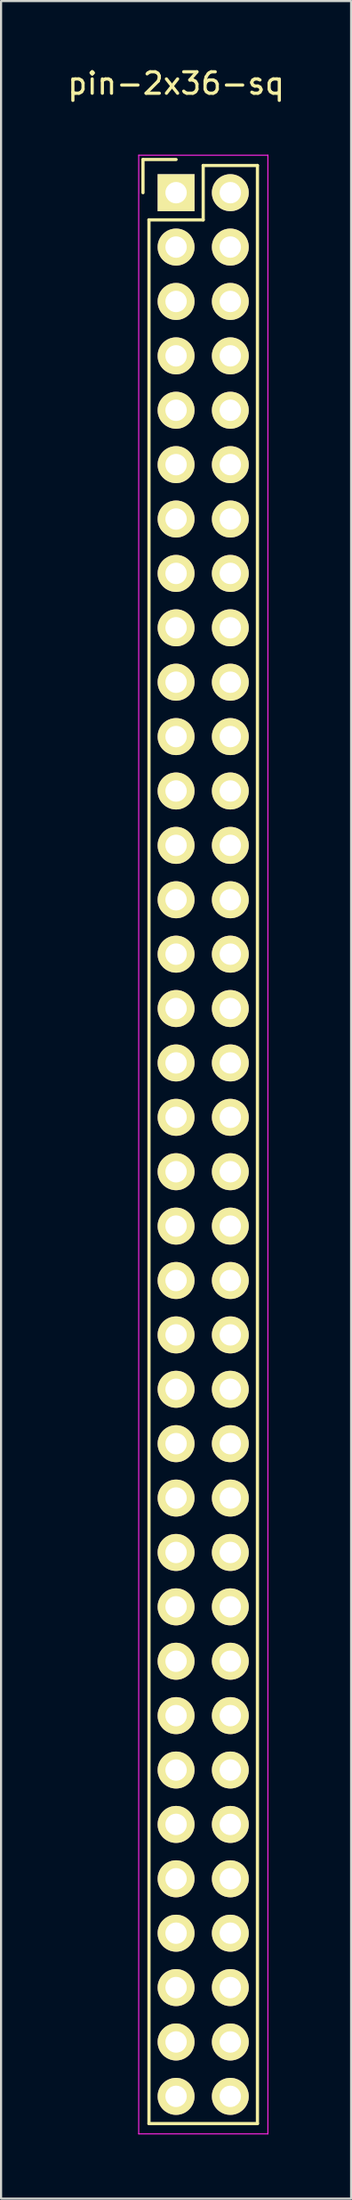
<source format=kicad_pcb>
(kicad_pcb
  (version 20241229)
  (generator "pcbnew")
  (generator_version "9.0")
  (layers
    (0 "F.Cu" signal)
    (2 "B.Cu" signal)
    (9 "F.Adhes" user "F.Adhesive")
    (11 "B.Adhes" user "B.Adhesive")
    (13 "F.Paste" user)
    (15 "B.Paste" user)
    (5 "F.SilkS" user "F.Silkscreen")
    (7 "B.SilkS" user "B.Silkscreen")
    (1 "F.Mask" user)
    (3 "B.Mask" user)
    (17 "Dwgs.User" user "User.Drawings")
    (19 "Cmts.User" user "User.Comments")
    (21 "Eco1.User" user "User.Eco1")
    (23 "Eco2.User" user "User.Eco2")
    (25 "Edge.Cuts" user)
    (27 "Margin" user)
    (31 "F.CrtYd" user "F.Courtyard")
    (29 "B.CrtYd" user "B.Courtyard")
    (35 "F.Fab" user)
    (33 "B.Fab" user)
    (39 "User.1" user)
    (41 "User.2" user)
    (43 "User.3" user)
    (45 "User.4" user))
  (footprint "pin-2x36-sq"
    (layer "F.Cu")
    (at 5.196 5.948)
    (property "Reference" "pin-2x36-sq" (at 0 -5.1 0) (layer "F.SilkS") (effects (font (size 1 1) (thickness 0.15))))
    (attr through_hole)
    (fp_line (start -1.55 -1.55) (end -1.55 0) (stroke (width 0.15) (type solid)) (layer "F.SilkS"))
    (fp_line (start -1.27 1.27) (end -1.27 90.17) (stroke (width 0.15) (type solid)) (layer "F.SilkS"))
    (fp_line (start 0 -1.55) (end -1.55 -1.55) (stroke (width 0.15) (type solid)) (layer "F.SilkS"))
    (fp_line (start 1.27 -1.27) (end 1.27 1.27) (stroke (width 0.15) (type solid)) (layer "F.SilkS"))
    (fp_line (start 1.27 1.27) (end -1.27 1.27) (stroke (width 0.15) (type solid)) (layer "F.SilkS"))
    (fp_line (start 3.81 -1.27) (end 1.27 -1.27) (stroke (width 0.15) (type solid)) (layer "F.SilkS"))
    (fp_line (start 3.81 90.17) (end -1.27 90.17) (stroke (width 0.15) (type solid)) (layer "F.SilkS"))
    (fp_line (start 3.81 90.17) (end 3.81 -1.27) (stroke (width 0.15) (type solid)) (layer "F.SilkS"))
    (fp_line (start -1.75 -1.75) (end -1.75 90.65) (stroke (width 0.05) (type solid)) (layer "F.CrtYd"))
    (fp_line (start -1.75 -1.75) (end 4.3 -1.75) (stroke (width 0.05) (type solid)) (layer "F.CrtYd"))
    (fp_line (start -1.75 90.65) (end 4.3 90.65) (stroke (width 0.05) (type solid)) (layer "F.CrtYd"))
    (fp_line (start 4.3 -1.75) (end 4.3 90.65) (stroke (width 0.05) (type solid)) (layer "F.CrtYd"))
    (pad "1" thru_hole rect (at 0 0) (size 1.727 1.727) (drill 1) (layers "*.Cu" "*.Mask" "F.SilkS"))
    (pad "2" thru_hole oval (at 2.54 0) (size 1.727 1.727) (drill 1) (layers "*.Cu" "*.Mask" "F.SilkS"))
    (pad "3" thru_hole oval (at 0 2.54) (size 1.727 1.727) (drill 1) (layers "*.Cu" "*.Mask" "F.SilkS"))
    (pad "4" thru_hole oval (at 2.54 2.54) (size 1.727 1.727) (drill 1) (layers "*.Cu" "*.Mask" "F.SilkS"))
    (pad "5" thru_hole oval (at 0 5.08) (size 1.727 1.727) (drill 1) (layers "*.Cu" "*.Mask" "F.SilkS"))
    (pad "6" thru_hole oval (at 2.54 5.08) (size 1.727 1.727) (drill 1) (layers "*.Cu" "*.Mask" "F.SilkS"))
    (pad "7" thru_hole oval (at 0 7.62) (size 1.727 1.727) (drill 1) (layers "*.Cu" "*.Mask" "F.SilkS"))
    (pad "8" thru_hole oval (at 2.54 7.62) (size 1.727 1.727) (drill 1) (layers "*.Cu" "*.Mask" "F.SilkS"))
    (pad "9" thru_hole oval (at 0 10.16) (size 1.727 1.727) (drill 1) (layers "*.Cu" "*.Mask" "F.SilkS"))
    (pad "10" thru_hole oval (at 2.54 10.16) (size 1.727 1.727) (drill 1) (layers "*.Cu" "*.Mask" "F.SilkS"))
    (pad "11" thru_hole oval (at 0 12.7) (size 1.727 1.727) (drill 1) (layers "*.Cu" "*.Mask" "F.SilkS"))
    (pad "12" thru_hole oval (at 2.54 12.7) (size 1.727 1.727) (drill 1) (layers "*.Cu" "*.Mask" "F.SilkS"))
    (pad "13" thru_hole oval (at 0 15.24) (size 1.727 1.727) (drill 1) (layers "*.Cu" "*.Mask" "F.SilkS"))
    (pad "14" thru_hole oval (at 2.54 15.24) (size 1.727 1.727) (drill 1) (layers "*.Cu" "*.Mask" "F.SilkS"))
    (pad "15" thru_hole oval (at 0 17.78) (size 1.727 1.727) (drill 1) (layers "*.Cu" "*.Mask" "F.SilkS"))
    (pad "16" thru_hole oval (at 2.54 17.78) (size 1.727 1.727) (drill 1) (layers "*.Cu" "*.Mask" "F.SilkS"))
    (pad "17" thru_hole oval (at 0 20.32) (size 1.727 1.727) (drill 1) (layers "*.Cu" "*.Mask" "F.SilkS"))
    (pad "18" thru_hole oval (at 2.54 20.32) (size 1.727 1.727) (drill 1) (layers "*.Cu" "*.Mask" "F.SilkS"))
    (pad "19" thru_hole oval (at 0 22.86) (size 1.727 1.727) (drill 1) (layers "*.Cu" "*.Mask" "F.SilkS"))
    (pad "20" thru_hole oval (at 2.54 22.86) (size 1.727 1.727) (drill 1) (layers "*.Cu" "*.Mask" "F.SilkS"))
    (pad "21" thru_hole oval (at 0 25.4) (size 1.727 1.727) (drill 1) (layers "*.Cu" "*.Mask" "F.SilkS"))
    (pad "22" thru_hole oval (at 2.54 25.4) (size 1.727 1.727) (drill 1) (layers "*.Cu" "*.Mask" "F.SilkS"))
    (pad "23" thru_hole oval (at 0 27.94) (size 1.727 1.727) (drill 1) (layers "*.Cu" "*.Mask" "F.SilkS"))
    (pad "24" thru_hole oval (at 2.54 27.94) (size 1.727 1.727) (drill 1) (layers "*.Cu" "*.Mask" "F.SilkS"))
    (pad "25" thru_hole oval (at 0 30.48) (size 1.727 1.727) (drill 1) (layers "*.Cu" "*.Mask" "F.SilkS"))
    (pad "26" thru_hole oval (at 2.54 30.48) (size 1.727 1.727) (drill 1) (layers "*.Cu" "*.Mask" "F.SilkS"))
    (pad "27" thru_hole oval (at 0 33.02) (size 1.727 1.727) (drill 1) (layers "*.Cu" "*.Mask" "F.SilkS"))
    (pad "28" thru_hole oval (at 2.54 33.02) (size 1.727 1.727) (drill 1) (layers "*.Cu" "*.Mask" "F.SilkS"))
    (pad "29" thru_hole oval (at 0 35.56) (size 1.727 1.727) (drill 1) (layers "*.Cu" "*.Mask" "F.SilkS"))
    (pad "30" thru_hole oval (at 2.54 35.56) (size 1.727 1.727) (drill 1) (layers "*.Cu" "*.Mask" "F.SilkS"))
    (pad "31" thru_hole oval (at 0 38.1) (size 1.727 1.727) (drill 1) (layers "*.Cu" "*.Mask" "F.SilkS"))
    (pad "32" thru_hole oval (at 2.54 38.1) (size 1.727 1.727) (drill 1) (layers "*.Cu" "*.Mask" "F.SilkS"))
    (pad "33" thru_hole oval (at 0 40.64) (size 1.727 1.727) (drill 1) (layers "*.Cu" "*.Mask" "F.SilkS"))
    (pad "34" thru_hole oval (at 2.54 40.64) (size 1.727 1.727) (drill 1) (layers "*.Cu" "*.Mask" "F.SilkS"))
    (pad "35" thru_hole oval (at 0 43.18) (size 1.727 1.727) (drill 1) (layers "*.Cu" "*.Mask" "F.SilkS"))
    (pad "36" thru_hole oval (at 2.54 43.18) (size 1.727 1.727) (drill 1) (layers "*.Cu" "*.Mask" "F.SilkS"))
    (pad "37" thru_hole oval (at 0 45.72) (size 1.727 1.727) (drill 1) (layers "*.Cu" "*.Mask" "F.SilkS"))
    (pad "38" thru_hole oval (at 2.54 45.72) (size 1.727 1.727) (drill 1) (layers "*.Cu" "*.Mask" "F.SilkS"))
    (pad "39" thru_hole oval (at 0 48.26) (size 1.727 1.727) (drill 1) (layers "*.Cu" "*.Mask" "F.SilkS"))
    (pad "40" thru_hole oval (at 2.54 48.26) (size 1.727 1.727) (drill 1) (layers "*.Cu" "*.Mask" "F.SilkS"))
    (pad "41" thru_hole oval (at 0 50.8) (size 1.727 1.727) (drill 1) (layers "*.Cu" "*.Mask" "F.SilkS"))
    (pad "42" thru_hole oval (at 2.54 50.8) (size 1.727 1.727) (drill 1) (layers "*.Cu" "*.Mask" "F.SilkS"))
    (pad "43" thru_hole oval (at 0 53.34) (size 1.727 1.727) (drill 1) (layers "*.Cu" "*.Mask" "F.SilkS"))
    (pad "44" thru_hole oval (at 2.54 53.34) (size 1.727 1.727) (drill 1) (layers "*.Cu" "*.Mask" "F.SilkS"))
    (pad "45" thru_hole oval (at 0 55.88) (size 1.727 1.727) (drill 1) (layers "*.Cu" "*.Mask" "F.SilkS"))
    (pad "46" thru_hole oval (at 2.54 55.88) (size 1.727 1.727) (drill 1) (layers "*.Cu" "*.Mask" "F.SilkS"))
    (pad "47" thru_hole oval (at 0 58.42) (size 1.727 1.727) (drill 1) (layers "*.Cu" "*.Mask" "F.SilkS"))
    (pad "48" thru_hole oval (at 2.54 58.42) (size 1.727 1.727) (drill 1) (layers "*.Cu" "*.Mask" "F.SilkS"))
    (pad "49" thru_hole oval (at 0 60.96) (size 1.727 1.727) (drill 1) (layers "*.Cu" "*.Mask" "F.SilkS"))
    (pad "50" thru_hole oval (at 2.54 60.96) (size 1.727 1.727) (drill 1) (layers "*.Cu" "*.Mask" "F.SilkS"))
    (pad "51" thru_hole oval (at 0 63.5) (size 1.727 1.727) (drill 1) (layers "*.Cu" "*.Mask" "F.SilkS"))
    (pad "52" thru_hole oval (at 2.54 63.5) (size 1.727 1.727) (drill 1) (layers "*.Cu" "*.Mask" "F.SilkS"))
    (pad "53" thru_hole oval (at 0 66.04) (size 1.727 1.727) (drill 1) (layers "*.Cu" "*.Mask" "F.SilkS"))
    (pad "54" thru_hole oval (at 2.54 66.04) (size 1.727 1.727) (drill 1) (layers "*.Cu" "*.Mask" "F.SilkS"))
    (pad "55" thru_hole oval (at 0 68.58) (size 1.727 1.727) (drill 1) (layers "*.Cu" "*.Mask" "F.SilkS"))
    (pad "56" thru_hole oval (at 2.54 68.58) (size 1.727 1.727) (drill 1) (layers "*.Cu" "*.Mask" "F.SilkS"))
    (pad "57" thru_hole oval (at 0 71.12) (size 1.727 1.727) (drill 1) (layers "*.Cu" "*.Mask" "F.SilkS"))
    (pad "58" thru_hole oval (at 2.54 71.12) (size 1.727 1.727) (drill 1) (layers "*.Cu" "*.Mask" "F.SilkS"))
    (pad "59" thru_hole oval (at 0 73.66) (size 1.727 1.727) (drill 1) (layers "*.Cu" "*.Mask" "F.SilkS"))
    (pad "60" thru_hole oval (at 2.54 73.66) (size 1.727 1.727) (drill 1) (layers "*.Cu" "*.Mask" "F.SilkS"))
    (pad "61" thru_hole oval (at 0 76.2) (size 1.727 1.727) (drill 1) (layers "*.Cu" "*.Mask" "F.SilkS"))
    (pad "62" thru_hole oval (at 2.54 76.2) (size 1.727 1.727) (drill 1) (layers "*.Cu" "*.Mask" "F.SilkS"))
    (pad "63" thru_hole oval (at 0 78.74) (size 1.727 1.727) (drill 1) (layers "*.Cu" "*.Mask" "F.SilkS"))
    (pad "64" thru_hole oval (at 2.54 78.74) (size 1.727 1.727) (drill 1) (layers "*.Cu" "*.Mask" "F.SilkS"))
    (pad "65" thru_hole oval (at 0 81.28) (size 1.727 1.727) (drill 1) (layers "*.Cu" "*.Mask" "F.SilkS"))
    (pad "66" thru_hole oval (at 2.54 81.28) (size 1.727 1.727) (drill 1) (layers "*.Cu" "*.Mask" "F.SilkS"))
    (pad "67" thru_hole oval (at 0 83.82) (size 1.727 1.727) (drill 1) (layers "*.Cu" "*.Mask" "F.SilkS"))
    (pad "68" thru_hole oval (at 2.54 83.82) (size 1.727 1.727) (drill 1) (layers "*.Cu" "*.Mask" "F.SilkS"))
    (pad "69" thru_hole oval (at 0 86.36) (size 1.727 1.727) (drill 1) (layers "*.Cu" "*.Mask" "F.SilkS"))
    (pad "70" thru_hole oval (at 2.54 86.36) (size 1.727 1.727) (drill 1) (layers "*.Cu" "*.Mask" "F.SilkS"))
    (pad "71" thru_hole oval (at 0 88.9) (size 1.727 1.727) (drill 1) (layers "*.Cu" "*.Mask" "F.SilkS"))
    (pad "72" thru_hole oval (at 2.54 88.9) (size 1.727 1.727) (drill 1) (layers "*.Cu" "*.Mask" "F.SilkS")))
  (gr_rect
    (start -3 -3)
    (end 13.393 99.623)
    (stroke (width 0.1) (type default))
    (fill no)
    (layer "Edge.Cuts")))
</source>
